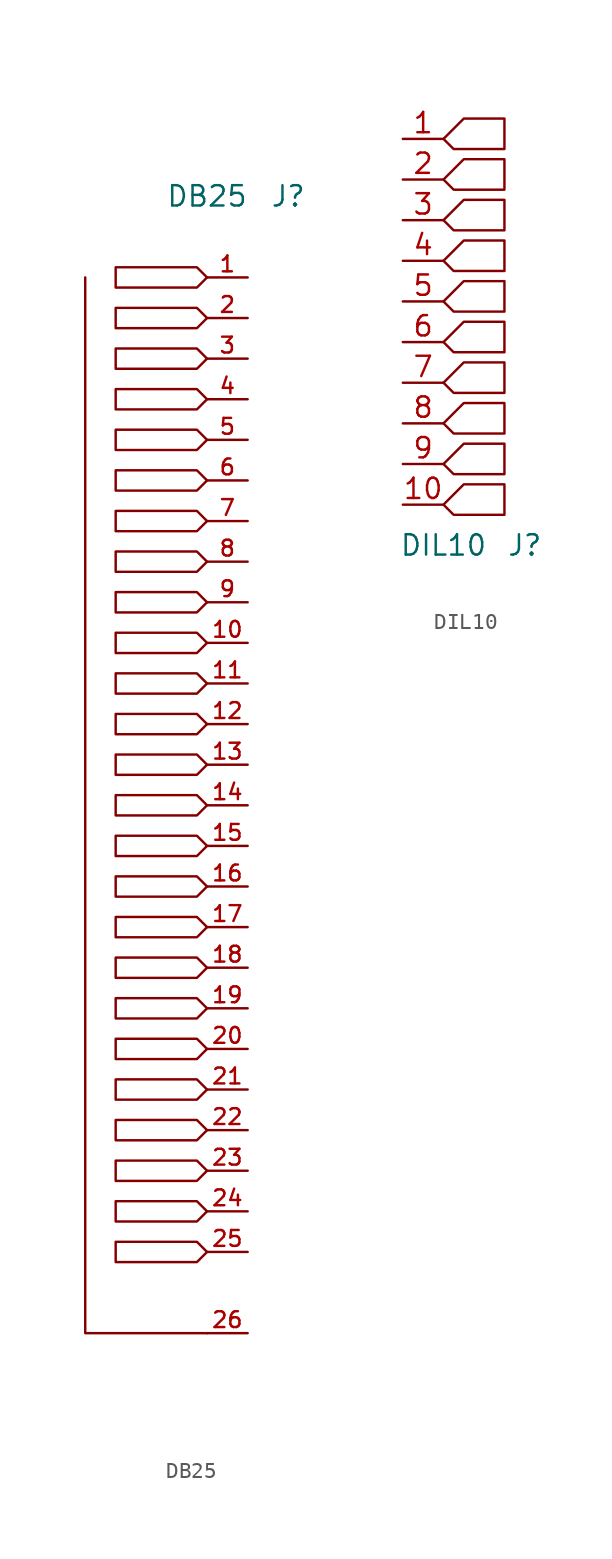
<source format=kicad_sym>
(kicad_symbol_lib
  (version 20211014)
  (generator kicad_symbol_editor)
  (symbol "DB25"
    (pin_names
      (offset 1.016))
    (property "Reference" "J"
      (at 2.54 5.08 0)
      (effects (font (size 1.27 1.27))))
    (property "Value" "DB25"
      (at -2.54 5.08 0)
      (effects (font (size 1.27 1.27))))
    (symbol "DB25_0_1"
      (polyline (pts (xy -2.54 -66.04) (xy -10.16 -66.04) (xy -10.16 0)) (stroke (width 0) (type default) (color 0 0 0 0)) (fill (type none)))
      (polyline (pts (xy -2.54 -60.96) (xy -3.175 -60.325) (xy -8.255 -60.325) (xy -8.255 -61.595) (xy -3.175 -61.595) (xy -2.54 -60.96)) (stroke (width 0) (type default) (color 0 0 0 0)) (fill (type none)))
      (polyline (pts (xy -2.54 -58.42) (xy -3.175 -57.785) (xy -8.255 -57.785) (xy -8.255 -59.055) (xy -3.175 -59.055) (xy -2.54 -58.42)) (stroke (width 0) (type default) (color 0 0 0 0)) (fill (type none)))
      (polyline (pts (xy -2.54 -55.88) (xy -3.175 -55.245) (xy -8.255 -55.245) (xy -8.255 -56.515) (xy -3.175 -56.515) (xy -2.54 -55.88)) (stroke (width 0) (type default) (color 0 0 0 0)) (fill (type none)))
      (polyline (pts (xy -2.54 -53.34) (xy -3.175 -52.705) (xy -8.255 -52.705) (xy -8.255 -53.975) (xy -3.175 -53.975) (xy -2.54 -53.34)) (stroke (width 0) (type default) (color 0 0 0 0)) (fill (type none)))
      (polyline (pts (xy -2.54 -50.8) (xy -3.175 -50.165) (xy -8.255 -50.165) (xy -8.255 -51.435) (xy -3.175 -51.435) (xy -2.54 -50.8)) (stroke (width 0) (type default) (color 0 0 0 0)) (fill (type none)))
      (polyline (pts (xy -2.54 -48.26) (xy -3.175 -47.625) (xy -8.255 -47.625) (xy -8.255 -48.895) (xy -3.175 -48.895) (xy -2.54 -48.26)) (stroke (width 0) (type default) (color 0 0 0 0)) (fill (type none)))
      (polyline (pts (xy -2.54 -45.72) (xy -3.175 -45.085) (xy -8.255 -45.085) (xy -8.255 -46.355) (xy -3.175 -46.355) (xy -2.54 -45.72)) (stroke (width 0) (type default) (color 0 0 0 0)) (fill (type none)))
      (polyline (pts (xy -2.54 -43.18) (xy -3.175 -42.545) (xy -8.255 -42.545) (xy -8.255 -43.815) (xy -3.175 -43.815) (xy -2.54 -43.18)) (stroke (width 0) (type default) (color 0 0 0 0)) (fill (type none)))
      (polyline (pts (xy -2.54 -40.64) (xy -3.175 -40.005) (xy -8.255 -40.005) (xy -8.255 -41.275) (xy -3.175 -41.275) (xy -2.54 -40.64)) (stroke (width 0) (type default) (color 0 0 0 0)) (fill (type none)))
      (polyline (pts (xy -2.54 -38.1) (xy -3.175 -37.465) (xy -8.255 -37.465) (xy -8.255 -38.735) (xy -3.175 -38.735) (xy -2.54 -38.1)) (stroke (width 0) (type default) (color 0 0 0 0)) (fill (type none)))
      (polyline (pts (xy -2.54 -35.56) (xy -3.175 -34.925) (xy -8.255 -34.925) (xy -8.255 -36.195) (xy -3.175 -36.195) (xy -2.54 -35.56)) (stroke (width 0) (type default) (color 0 0 0 0)) (fill (type none)))
      (polyline (pts (xy -2.54 -33.02) (xy -3.175 -32.385) (xy -8.255 -32.385) (xy -8.255 -33.655) (xy -3.175 -33.655) (xy -2.54 -33.02)) (stroke (width 0) (type default) (color 0 0 0 0)) (fill (type none)))
      (polyline (pts (xy -2.54 -30.48) (xy -3.175 -29.845) (xy -8.255 -29.845) (xy -8.255 -31.115) (xy -3.175 -31.115) (xy -2.54 -30.48)) (stroke (width 0) (type default) (color 0 0 0 0)) (fill (type none)))
      (polyline (pts (xy -2.54 -27.94) (xy -3.175 -27.305) (xy -8.255 -27.305) (xy -8.255 -28.575) (xy -3.175 -28.575) (xy -2.54 -27.94)) (stroke (width 0) (type default) (color 0 0 0 0)) (fill (type none)))
      (polyline (pts (xy -2.54 -25.4) (xy -3.175 -24.765) (xy -8.255 -24.765) (xy -8.255 -26.035) (xy -3.175 -26.035) (xy -2.54 -25.4)) (stroke (width 0) (type default) (color 0 0 0 0)) (fill (type none)))
      (polyline (pts (xy -2.54 -22.86) (xy -3.175 -22.225) (xy -8.255 -22.225) (xy -8.255 -23.495) (xy -3.175 -23.495) (xy -2.54 -22.86)) (stroke (width 0) (type default) (color 0 0 0 0)) (fill (type none)))
      (polyline (pts (xy -2.54 -20.32) (xy -3.175 -19.685) (xy -8.255 -19.685) (xy -8.255 -20.955) (xy -3.175 -20.955) (xy -2.54 -20.32)) (stroke (width 0) (type default) (color 0 0 0 0)) (fill (type none)))
      (polyline (pts (xy -2.54 -17.78) (xy -3.175 -17.145) (xy -8.255 -17.145) (xy -8.255 -18.415) (xy -3.175 -18.415) (xy -2.54 -17.78)) (stroke (width 0) (type default) (color 0 0 0 0)) (fill (type none)))
      (polyline (pts (xy -2.54 -15.24) (xy -3.175 -14.605) (xy -8.255 -14.605) (xy -8.255 -15.875) (xy -3.175 -15.875) (xy -2.54 -15.24)) (stroke (width 0) (type default) (color 0 0 0 0)) (fill (type none)))
      (polyline (pts (xy -2.54 -12.7) (xy -3.175 -12.065) (xy -8.255 -12.065) (xy -8.255 -13.335) (xy -3.175 -13.335) (xy -2.54 -12.7)) (stroke (width 0) (type default) (color 0 0 0 0)) (fill (type none)))
      (polyline (pts (xy -2.54 -10.16) (xy -3.175 -9.525) (xy -8.255 -9.525) (xy -8.255 -10.795) (xy -3.175 -10.795) (xy -2.54 -10.16)) (stroke (width 0) (type default) (color 0 0 0 0)) (fill (type none)))
      (polyline (pts (xy -2.54 -7.62) (xy -3.175 -6.985) (xy -8.255 -6.985) (xy -8.255 -8.255) (xy -3.175 -8.255) (xy -2.54 -7.62)) (stroke (width 0) (type default) (color 0 0 0 0)) (fill (type none)))
      (polyline (pts (xy -2.54 -5.08) (xy -3.175 -4.445) (xy -8.255 -4.445) (xy -8.255 -5.715) (xy -3.175 -5.715) (xy -2.54 -5.08)) (stroke (width 0) (type default) (color 0 0 0 0)) (fill (type none)))
      (polyline (pts (xy -2.54 -2.54) (xy -3.175 -1.905) (xy -8.255 -1.905) (xy -8.255 -3.175) (xy -3.175 -3.175) (xy -2.54 -2.54)) (stroke (width 0) (type default) (color 0 0 0 0)) (fill (type none)))
      (polyline (pts (xy -2.54 0) (xy -3.175 0.635) (xy -8.255 0.635) (xy -8.255 -0.635) (xy -3.175 -0.635) (xy -2.54 0)) (stroke (width 0) (type default) (color 0 0 0 0)) (fill (type none))))
    (symbol "DB25_1_1"
      (pin passive line (at 0 0 180) (length 2.54) (name "~" (effects (font (size 0.991 0.991)))) (number "1" (effects (font (size 0.991 0.991)))))
      (pin passive line (at 0 -22.86 180) (length 2.54) (name "~" (effects (font (size 0.991 0.991)))) (number "10" (effects (font (size 0.991 0.991)))))
      (pin passive line (at 0 -25.4 180) (length 2.54) (name "~" (effects (font (size 0.991 0.991)))) (number "11" (effects (font (size 0.991 0.991)))))
      (pin passive line (at 0 -27.94 180) (length 2.54) (name "~" (effects (font (size 0.991 0.991)))) (number "12" (effects (font (size 0.991 0.991)))))
      (pin passive line (at 0 -30.48 180) (length 2.54) (name "~" (effects (font (size 0.991 0.991)))) (number "13" (effects (font (size 0.991 0.991)))))
      (pin passive line (at 0 -33.02 180) (length 2.54) (name "~" (effects (font (size 0.991 0.991)))) (number "14" (effects (font (size 0.991 0.991)))))
      (pin passive line (at 0 -35.56 180) (length 2.54) (name "~" (effects (font (size 0.991 0.991)))) (number "15" (effects (font (size 0.991 0.991)))))
      (pin passive line (at 0 -38.1 180) (length 2.54) (name "~" (effects (font (size 0.991 0.991)))) (number "16" (effects (font (size 0.991 0.991)))))
      (pin passive line (at 0 -40.64 180) (length 2.54) (name "~" (effects (font (size 0.991 0.991)))) (number "17" (effects (font (size 0.991 0.991)))))
      (pin passive line (at 0 -43.18 180) (length 2.54) (name "~" (effects (font (size 0.991 0.991)))) (number "18" (effects (font (size 0.991 0.991)))))
      (pin passive line (at 0 -45.72 180) (length 2.54) (name "~" (effects (font (size 0.991 0.991)))) (number "19" (effects (font (size 0.991 0.991)))))
      (pin passive line (at 0 -2.54 180) (length 2.54) (name "~" (effects (font (size 0.991 0.991)))) (number "2" (effects (font (size 0.991 0.991)))))
      (pin passive line (at 0 -48.26 180) (length 2.54) (name "~" (effects (font (size 0.991 0.991)))) (number "20" (effects (font (size 0.991 0.991)))))
      (pin passive line (at 0 -50.8 180) (length 2.54) (name "~" (effects (font (size 0.991 0.991)))) (number "21" (effects (font (size 0.991 0.991)))))
      (pin passive line (at 0 -53.34 180) (length 2.54) (name "~" (effects (font (size 0.991 0.991)))) (number "22" (effects (font (size 0.991 0.991)))))
      (pin passive line (at 0 -55.88 180) (length 2.54) (name "~" (effects (font (size 0.991 0.991)))) (number "23" (effects (font (size 0.991 0.991)))))
      (pin passive line (at 0 -58.42 180) (length 2.54) (name "~" (effects (font (size 0.991 0.991)))) (number "24" (effects (font (size 0.991 0.991)))))
      (pin passive line (at 0 -60.96 180) (length 2.54) (name "~" (effects (font (size 0.991 0.991)))) (number "25" (effects (font (size 0.991 0.991)))))
      (pin passive line (at 0 -66.04 180) (length 2.54) (name "~" (effects (font (size 0.991 0.991)))) (number "26" (effects (font (size 0.991 0.991)))))
      (pin passive line (at 0 -5.08 180) (length 2.54) (name "~" (effects (font (size 0.991 0.991)))) (number "3" (effects (font (size 0.991 0.991)))))
      (pin passive line (at 0 -7.62 180) (length 2.54) (name "~" (effects (font (size 0.991 0.991)))) (number "4" (effects (font (size 0.991 0.991)))))
      (pin passive line (at 0 -10.16 180) (length 2.54) (name "~" (effects (font (size 0.991 0.991)))) (number "5" (effects (font (size 0.991 0.991)))))
      (pin passive line (at 0 -12.7 180) (length 2.54) (name "~" (effects (font (size 0.991 0.991)))) (number "6" (effects (font (size 0.991 0.991)))))
      (pin passive line (at 0 -15.24 180) (length 2.54) (name "~" (effects (font (size 0.991 0.991)))) (number "7" (effects (font (size 0.991 0.991)))))
      (pin passive line (at 0 -17.78 180) (length 2.54) (name "~" (effects (font (size 0.991 0.991)))) (number "8" (effects (font (size 0.991 0.991)))))
      (pin passive line (at 0 -20.32 180) (length 2.54) (name "~" (effects (font (size 0.991 0.991)))) (number "9" (effects (font (size 0.991 0.991)))))))
  (symbol "DIL10"
    (pin_names
      (offset 1.016))
    (property "Reference" "J"
      (at 7.62 -16.51 0)
      (effects (font (size 1.27 1.27))))
    (property "Value" "DIL10"
      (at 2.54 -16.51 0)
      (effects (font (size 1.27 1.27))))
    (symbol "DIL10_0_1"
      (polyline (pts (xy 2.54 -13.97) (xy 3.81 -12.7) (xy 6.35 -12.7) (xy 6.35 -14.605) (xy 3.175 -14.605) (xy 2.54 -13.97)) (stroke (width 0) (type default) (color 0 0 0 0)) (fill (type none)))
      (polyline (pts (xy 2.54 -11.43) (xy 3.175 -12.065) (xy 6.35 -12.065) (xy 6.35 -10.16) (xy 3.81 -10.16) (xy 2.54 -11.43)) (stroke (width 0) (type default) (color 0 0 0 0)) (fill (type none)))
      (polyline (pts (xy 2.54 -8.89) (xy 3.81 -7.62) (xy 6.35 -7.62) (xy 6.35 -9.525) (xy 3.175 -9.525) (xy 2.54 -8.89)) (stroke (width 0) (type default) (color 0 0 0 0)) (fill (type none)))
      (polyline (pts (xy 2.54 -6.35) (xy 3.81 -5.08) (xy 6.35 -5.08) (xy 6.35 -6.985) (xy 3.175 -6.985) (xy 2.54 -6.35)) (stroke (width 0) (type default) (color 0 0 0 0)) (fill (type none)))
      (polyline (pts (xy 2.54 -3.81) (xy 3.175 -4.445) (xy 6.35 -4.445) (xy 6.35 -2.54) (xy 3.81 -2.54) (xy 2.54 -3.81)) (stroke (width 0) (type default) (color 0 0 0 0)) (fill (type none)))
      (polyline (pts (xy 2.54 -1.27) (xy 3.81 0) (xy 6.35 0) (xy 6.35 -1.905) (xy 3.175 -1.905) (xy 2.54 -1.27)) (stroke (width 0) (type default) (color 0 0 0 0)) (fill (type none)))
      (polyline (pts (xy 2.54 1.27) (xy 3.81 2.54) (xy 6.35 2.54) (xy 6.35 0.635) (xy 3.175 0.635) (xy 2.54 1.27)) (stroke (width 0) (type default) (color 0 0 0 0)) (fill (type none)))
      (polyline (pts (xy 2.54 3.81) (xy 3.81 5.08) (xy 6.35 5.08) (xy 6.35 3.175) (xy 3.175 3.175) (xy 2.54 3.81)) (stroke (width 0) (type default) (color 0 0 0 0)) (fill (type none)))
      (polyline (pts (xy 2.54 6.35) (xy 3.175 5.715) (xy 6.35 5.715) (xy 6.35 7.62) (xy 3.81 7.62) (xy 2.54 6.35)) (stroke (width 0) (type default) (color 0 0 0 0)) (fill (type none)))
      (polyline (pts (xy 2.54 8.89) (xy 3.175 8.255) (xy 6.35 8.255) (xy 6.35 10.16) (xy 3.81 10.16) (xy 2.54 8.89)) (stroke (width 0) (type default) (color 0 0 0 0)) (fill (type none))))
    (symbol "DIL10_1_1"
      (pin passive line (at 0 8.89 0) (length 2.54) (name "~" (effects (font (size 1.27 1.27)))) (number "1" (effects (font (size 1.27 1.27)))))
      (pin passive line (at 0 -13.97 0) (length 2.54) (name "~" (effects (font (size 1.27 1.27)))) (number "10" (effects (font (size 1.27 1.27)))))
      (pin passive line (at 0 6.35 0) (length 2.54) (name "~" (effects (font (size 1.27 1.27)))) (number "2" (effects (font (size 1.27 1.27)))))
      (pin passive line (at 0 3.81 0) (length 2.54) (name "~" (effects (font (size 1.27 1.27)))) (number "3" (effects (font (size 1.27 1.27)))))
      (pin passive line (at 0 1.27 0) (length 2.54) (name "~" (effects (font (size 1.27 1.27)))) (number "4" (effects (font (size 1.27 1.27)))))
      (pin passive line (at 0 -1.27 0) (length 2.54) (name "~" (effects (font (size 1.27 1.27)))) (number "5" (effects (font (size 1.27 1.27)))))
      (pin passive line (at 0 -3.81 0) (length 2.54) (name "~" (effects (font (size 1.27 1.27)))) (number "6" (effects (font (size 1.27 1.27)))))
      (pin passive line (at 0 -6.35 0) (length 2.54) (name "~" (effects (font (size 1.27 1.27)))) (number "7" (effects (font (size 1.27 1.27)))))
      (pin passive line (at 0 -8.89 0) (length 2.54) (name "~" (effects (font (size 1.27 1.27)))) (number "8" (effects (font (size 1.27 1.27)))))
      (pin passive line (at 0 -11.43 0) (length 2.54) (name "~" (effects (font (size 1.27 1.27)))) (number "9" (effects (font (size 1.27 1.27))))))))
</source>
